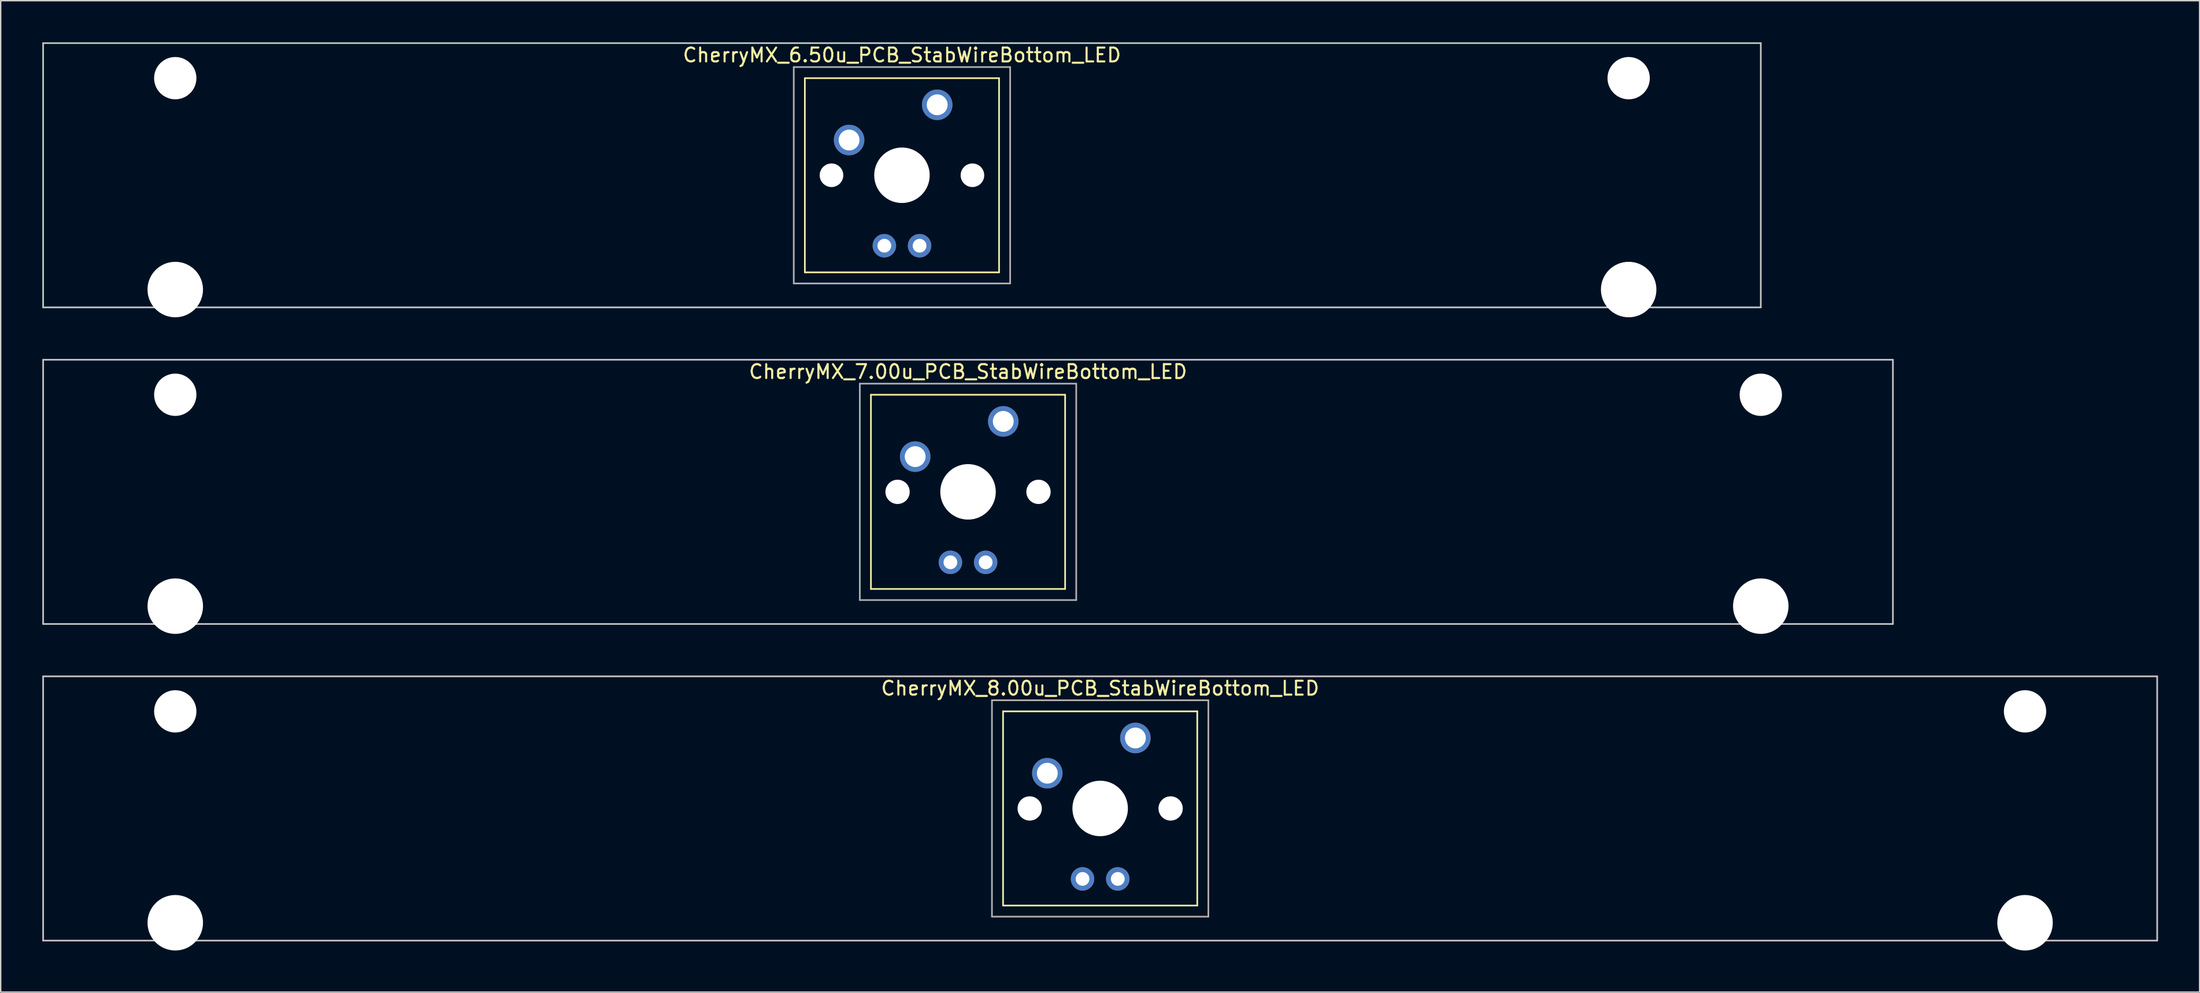
<source format=kicad_pcb>
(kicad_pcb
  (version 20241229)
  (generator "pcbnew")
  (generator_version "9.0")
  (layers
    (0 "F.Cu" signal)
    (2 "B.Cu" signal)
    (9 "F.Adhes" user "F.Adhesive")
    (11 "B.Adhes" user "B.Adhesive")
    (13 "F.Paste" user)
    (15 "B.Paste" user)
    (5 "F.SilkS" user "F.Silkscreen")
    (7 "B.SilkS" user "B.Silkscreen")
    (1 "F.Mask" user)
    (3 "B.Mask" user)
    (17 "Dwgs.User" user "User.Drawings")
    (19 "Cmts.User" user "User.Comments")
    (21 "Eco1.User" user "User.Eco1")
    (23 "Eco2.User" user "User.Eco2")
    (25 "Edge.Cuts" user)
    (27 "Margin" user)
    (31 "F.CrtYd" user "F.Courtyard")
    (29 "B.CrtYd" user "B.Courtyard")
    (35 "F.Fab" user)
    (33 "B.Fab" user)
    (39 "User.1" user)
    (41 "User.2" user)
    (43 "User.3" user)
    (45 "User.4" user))
  (footprint "CherryMX_6.50u_PCB_StabWireBottom_LED"
    (layer "F.Cu")
    (at 61.972 9.585)
    (property "Reference" "CherryMX_6.50u_PCB_StabWireBottom_LED" (at 0 -8.662 0) (layer "F.SilkS") (effects (font (size 1 1) (thickness 0.15))))
    (attr through_hole)
    (fp_line (start -7 -7) (end -7 7) (stroke (width 0.12) (type solid)) (layer "F.SilkS"))
    (fp_line (start -7 -7) (end 7 -7) (stroke (width 0.12) (type solid)) (layer "F.SilkS"))
    (fp_line (start 7 -7) (end 7 7) (stroke (width 0.12) (type solid)) (layer "F.SilkS"))
    (fp_line (start 7 7) (end -7 7) (stroke (width 0.12) (type solid)) (layer "F.SilkS"))
    (fp_line (start -61.913 -9.525) (end 61.913 -9.525) (stroke (width 0.12) (type solid)) (layer "Dwgs.User"))
    (fp_line (start -61.913 9.525) (end -61.913 -9.525) (stroke (width 0.12) (type solid)) (layer "Dwgs.User"))
    (fp_line (start 61.913 -9.525) (end 61.913 9.525) (stroke (width 0.12) (type solid)) (layer "Dwgs.User"))
    (fp_line (start 61.913 9.525) (end -61.913 9.525) (stroke (width 0.12) (type solid)) (layer "Dwgs.User"))
    (fp_line (start -7.8 -7.8) (end -7.8 7.8) (stroke (width 0.12) (type solid)) (layer "F.Fab"))
    (fp_line (start -7.8 -7.8) (end 7.8 -7.8) (stroke (width 0.12) (type solid)) (layer "F.Fab"))
    (fp_line (start -7.8 7.8) (end 7.8 7.8) (stroke (width 0.12) (type solid)) (layer "F.Fab"))
    (fp_line (start 7.8 -7.8) (end 7.8 7.8) (stroke (width 0.12) (type solid)) (layer "F.Fab"))
    (pad "" np_thru_hole circle (at -52.388 -7) (size 3.05 3.05) (drill 3.05) (layers "*.Cu" "*.Mask"))
    (pad "" np_thru_hole circle (at -52.388 8.24) (size 4 4) (drill 4) (layers "*.Cu" "*.Mask"))
    (pad "" np_thru_hole circle (at -5.08 0) (size 1.7 1.7) (drill 1.7) (layers "*.Cu" "*.Mask"))
    (pad "" np_thru_hole circle (at 0 0) (size 4 4) (drill 4) (layers "*.Cu" "*.Mask"))
    (pad "" np_thru_hole circle (at 5.08 0) (size 1.7 1.7) (drill 1.7) (layers "*.Cu" "*.Mask"))
    (pad "" np_thru_hole circle (at 52.388 -7) (size 3.05 3.05) (drill 3.05) (layers "*.Cu" "*.Mask"))
    (pad "" np_thru_hole circle (at 52.388 8.24) (size 4 4) (drill 4) (layers "*.Cu" "*.Mask"))
    (pad "1" thru_hole circle (at -3.81 -2.54) (size 2.2 2.2) (drill 1.5) (layers "*.Cu" "*.Mask"))
    (pad "2" thru_hole circle (at 2.54 -5.08) (size 2.2 2.2) (drill 1.5) (layers "*.Cu" "*.Mask"))
    (pad "3" thru_hole circle (at -1.27 5.08) (size 1.691 1.691) (drill 0.991) (layers "*.Cu" "*.Mask"))
    (pad "4" thru_hole circle (at 1.27 5.08) (size 1.691 1.691) (drill 0.991) (layers "*.Cu" "*.Mask")))
  (footprint "CherryMX_7.00u_PCB_StabWireBottom_LED"
    (layer "F.Cu")
    (at 66.735 32.41)
    (property "Reference" "CherryMX_7.00u_PCB_StabWireBottom_LED" (at 0 -8.662 0) (layer "F.SilkS") (effects (font (size 1 1) (thickness 0.15))))
    (attr through_hole)
    (fp_line (start -7 -7) (end -7 7) (stroke (width 0.12) (type solid)) (layer "F.SilkS"))
    (fp_line (start -7 -7) (end 7 -7) (stroke (width 0.12) (type solid)) (layer "F.SilkS"))
    (fp_line (start 7 -7) (end 7 7) (stroke (width 0.12) (type solid)) (layer "F.SilkS"))
    (fp_line (start 7 7) (end -7 7) (stroke (width 0.12) (type solid)) (layer "F.SilkS"))
    (fp_line (start -66.675 -9.525) (end 66.675 -9.525) (stroke (width 0.12) (type solid)) (layer "Dwgs.User"))
    (fp_line (start -66.675 9.525) (end -66.675 -9.525) (stroke (width 0.12) (type solid)) (layer "Dwgs.User"))
    (fp_line (start 66.675 -9.525) (end 66.675 9.525) (stroke (width 0.12) (type solid)) (layer "Dwgs.User"))
    (fp_line (start 66.675 9.525) (end -66.675 9.525) (stroke (width 0.12) (type solid)) (layer "Dwgs.User"))
    (fp_line (start -7.8 -7.8) (end -7.8 7.8) (stroke (width 0.12) (type solid)) (layer "F.Fab"))
    (fp_line (start -7.8 -7.8) (end 7.8 -7.8) (stroke (width 0.12) (type solid)) (layer "F.Fab"))
    (fp_line (start -7.8 7.8) (end 7.8 7.8) (stroke (width 0.12) (type solid)) (layer "F.Fab"))
    (fp_line (start 7.8 -7.8) (end 7.8 7.8) (stroke (width 0.12) (type solid)) (layer "F.Fab"))
    (pad "" np_thru_hole circle (at -57.15 -7) (size 3.05 3.05) (drill 3.05) (layers "*.Cu" "*.Mask"))
    (pad "" np_thru_hole circle (at -57.15 8.24) (size 4 4) (drill 4) (layers "*.Cu" "*.Mask"))
    (pad "" np_thru_hole circle (at -5.08 0) (size 1.75 1.75) (drill 1.75) (layers "*.Cu" "*.Mask"))
    (pad "" np_thru_hole circle (at 0 0) (size 4 4) (drill 4) (layers "*.Cu" "*.Mask"))
    (pad "" np_thru_hole circle (at 5.08 0) (size 1.75 1.75) (drill 1.75) (layers "*.Cu" "*.Mask"))
    (pad "" np_thru_hole circle (at 57.15 -7) (size 3.05 3.05) (drill 3.05) (layers "*.Cu" "*.Mask"))
    (pad "" np_thru_hole circle (at 57.15 8.24) (size 4 4) (drill 4) (layers "*.Cu" "*.Mask"))
    (pad "1" thru_hole circle (at -3.81 -2.54) (size 2.2 2.2) (drill 1.5) (layers "*.Cu" "*.Mask"))
    (pad "2" thru_hole circle (at 2.54 -5.08) (size 2.2 2.2) (drill 1.5) (layers "*.Cu" "*.Mask"))
    (pad "3" thru_hole circle (at -1.27 5.08) (size 1.691 1.691) (drill 0.991) (layers "*.Cu" "*.Mask"))
    (pad "4" thru_hole circle (at 1.27 5.08) (size 1.691 1.691) (drill 0.991) (layers "*.Cu" "*.Mask")))
  (footprint "CherryMX_8.00u_PCB_StabWireBottom_LED"
    (layer "F.Cu")
    (at 76.26 55.235)
    (property "Reference" "CherryMX_8.00u_PCB_StabWireBottom_LED" (at 0 -8.662 0) (layer "F.SilkS") (effects (font (size 1 1) (thickness 0.15))))
    (attr through_hole)
    (fp_line (start -7 -7) (end -7 7) (stroke (width 0.12) (type solid)) (layer "F.SilkS"))
    (fp_line (start -7 -7) (end 7 -7) (stroke (width 0.12) (type solid)) (layer "F.SilkS"))
    (fp_line (start 7 -7) (end 7 7) (stroke (width 0.12) (type solid)) (layer "F.SilkS"))
    (fp_line (start 7 7) (end -7 7) (stroke (width 0.12) (type solid)) (layer "F.SilkS"))
    (fp_line (start -76.2 -9.525) (end 76.2 -9.525) (stroke (width 0.12) (type solid)) (layer "Dwgs.User"))
    (fp_line (start -76.2 9.525) (end -76.2 -9.525) (stroke (width 0.12) (type solid)) (layer "Dwgs.User"))
    (fp_line (start 76.2 -9.525) (end 76.2 9.525) (stroke (width 0.12) (type solid)) (layer "Dwgs.User"))
    (fp_line (start 76.2 9.525) (end -76.2 9.525) (stroke (width 0.12) (type solid)) (layer "Dwgs.User"))
    (fp_line (start -7.8 -7.8) (end -7.8 7.8) (stroke (width 0.12) (type solid)) (layer "F.Fab"))
    (fp_line (start -7.8 -7.8) (end 7.8 -7.8) (stroke (width 0.12) (type solid)) (layer "F.Fab"))
    (fp_line (start -7.8 7.8) (end 7.8 7.8) (stroke (width 0.12) (type solid)) (layer "F.Fab"))
    (fp_line (start 7.8 -7.8) (end 7.8 7.8) (stroke (width 0.12) (type solid)) (layer "F.Fab"))
    (pad "" np_thru_hole circle (at -66.675 -7) (size 3.05 3.05) (drill 3.05) (layers "*.Cu" "*.Mask"))
    (pad "" np_thru_hole circle (at -66.675 8.24) (size 4 4) (drill 4) (layers "*.Cu" "*.Mask"))
    (pad "" np_thru_hole circle (at -5.08 0) (size 1.75 1.75) (drill 1.75) (layers "*.Cu" "*.Mask"))
    (pad "" np_thru_hole circle (at 0 0) (size 4 4) (drill 4) (layers "*.Cu" "*.Mask"))
    (pad "" np_thru_hole circle (at 5.08 0) (size 1.75 1.75) (drill 1.75) (layers "*.Cu" "*.Mask"))
    (pad "" np_thru_hole circle (at 66.675 -7) (size 3.05 3.05) (drill 3.05) (layers "*.Cu" "*.Mask"))
    (pad "" np_thru_hole circle (at 66.675 8.24) (size 4 4) (drill 4) (layers "*.Cu" "*.Mask"))
    (pad "1" thru_hole circle (at -3.81 -2.54) (size 2.2 2.2) (drill 1.5) (layers "*.Cu" "*.Mask"))
    (pad "2" thru_hole circle (at 2.54 -5.08) (size 2.2 2.2) (drill 1.5) (layers "*.Cu" "*.Mask"))
    (pad "3" thru_hole circle (at -1.27 5.08) (size 1.691 1.691) (drill 0.991) (layers "*.Cu" "*.Mask"))
    (pad "4" thru_hole circle (at 1.27 5.08) (size 1.691 1.691) (drill 0.991) (layers "*.Cu" "*.Mask")))
  (gr_rect
    (start -3 -3)
    (end 155.52 68.475)
    (stroke (width 0.1) (type default))
    (fill no)
    (layer "Edge.Cuts")))
</source>
